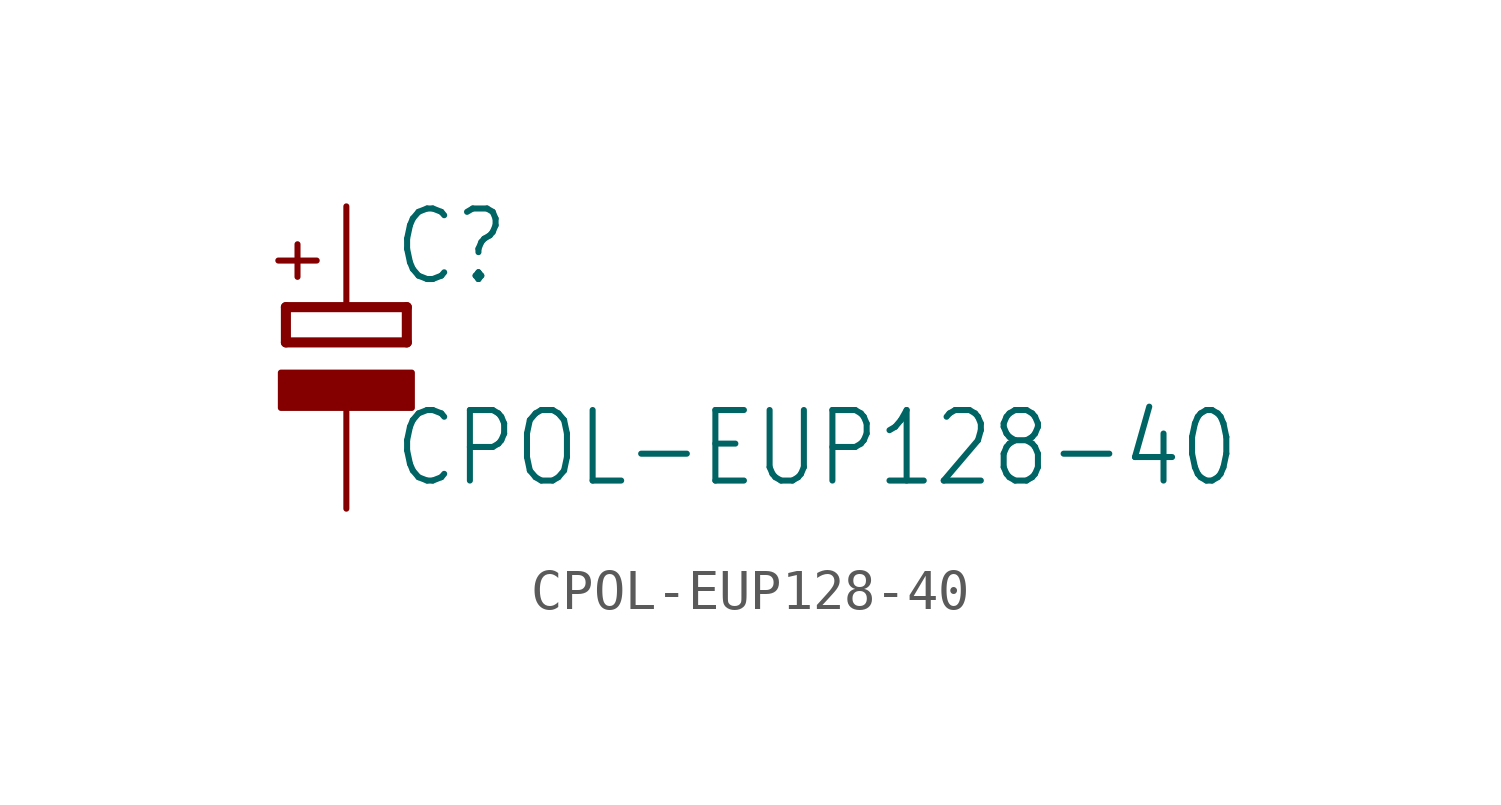
<source format=kicad_sym>
(kicad_symbol_lib
  (version 20220914)
  (generator kicad_symbol_editor)
  (symbol "CPOL-EUP128-40"
    (property "Reference" "C"
      (at 1.143 0.483 0)
      (effects (font (size 1.778 1.511)) (justify left bottom)))
    (property "Value" "CPOL-EUP128-40"
      (at 1.143 -4.597 0)
      (effects (font (size 1.778 1.511)) (justify left bottom)))
    (property "ki_locked" ""
      (at 0 0 0)
      (effects (font (size 1.27 1.27))))
    (symbol "CPOL-EUP128-40_1_0"
      (rectangle (start -1.651 -2.54) (end 1.651 -1.651) (stroke (width 0) (type default)) (fill (type outline)))
      (polyline (pts (xy -1.524 -0.889) (xy 1.524 -0.889)) (stroke (width 0.254) (type default)) (fill (type none)))
      (polyline (pts (xy -1.524 0) (xy -1.524 -0.889)) (stroke (width 0.254) (type default)) (fill (type none)))
      (polyline (pts (xy -1.524 0) (xy 1.524 0)) (stroke (width 0.254) (type default)) (fill (type none)))
      (polyline (pts (xy 1.524 -0.889) (xy 1.524 0)) (stroke (width 0.254) (type default)) (fill (type none)))
      (text "+" (at -0.584 0.406 900) (effects (font (size 1.27 1.079)) (justify left bottom)))
      (pin passive line (at 0 2.54 270) (length 2.54) (name "+" (effects (font (size 0 0)))) (number "+" (effects (font (size 0 0)))))
      (pin passive line (at 0 -5.08 90) (length 2.54) (name "-" (effects (font (size 0 0)))) (number "-" (effects (font (size 0 0))))))))
</source>
